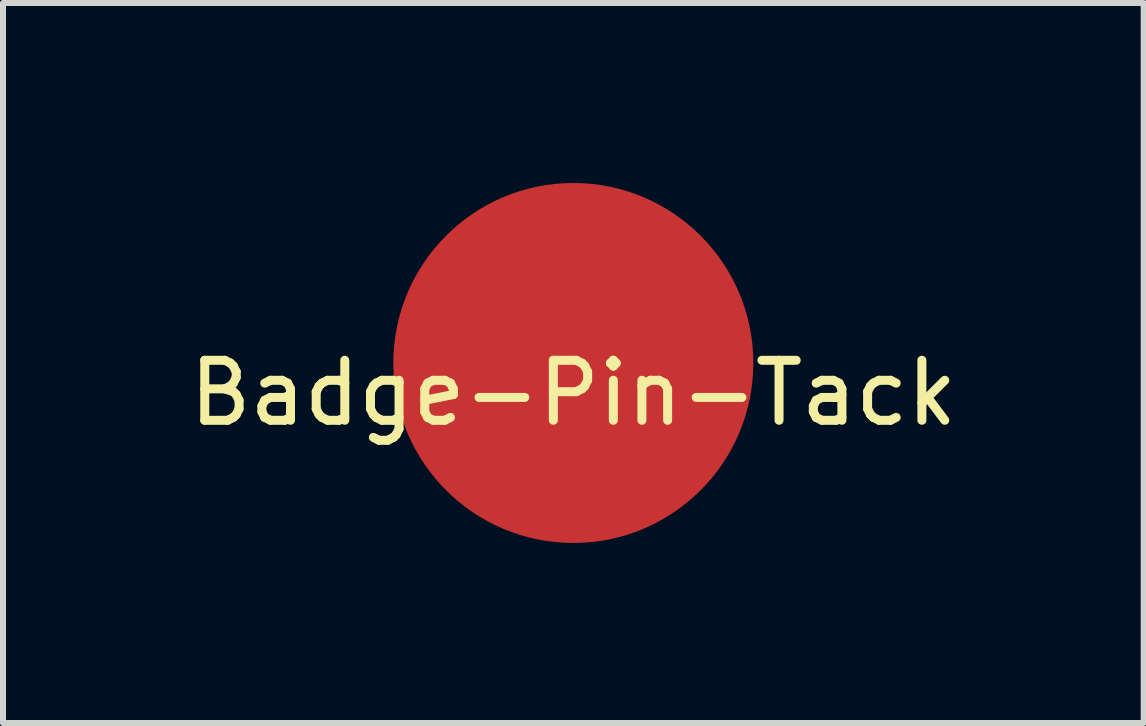
<source format=kicad_pcb>
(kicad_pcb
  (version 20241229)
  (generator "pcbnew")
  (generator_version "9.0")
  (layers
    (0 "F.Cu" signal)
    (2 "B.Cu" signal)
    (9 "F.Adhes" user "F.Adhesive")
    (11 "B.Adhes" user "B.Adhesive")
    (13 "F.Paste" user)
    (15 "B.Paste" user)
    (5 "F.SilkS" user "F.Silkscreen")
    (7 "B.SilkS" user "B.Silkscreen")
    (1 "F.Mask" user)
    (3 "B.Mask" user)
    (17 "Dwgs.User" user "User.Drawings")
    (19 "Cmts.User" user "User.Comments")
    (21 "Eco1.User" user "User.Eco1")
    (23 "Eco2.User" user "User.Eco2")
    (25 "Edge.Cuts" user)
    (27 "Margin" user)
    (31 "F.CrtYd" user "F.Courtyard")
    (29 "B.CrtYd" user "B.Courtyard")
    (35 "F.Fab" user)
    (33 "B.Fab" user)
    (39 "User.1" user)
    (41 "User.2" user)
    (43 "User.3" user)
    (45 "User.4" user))
  (footprint "Badge-Pin-Tack"
    (layer "F.Cu")
    (at 6.506 3)
    (property "Reference" "Badge-Pin-Tack" (at 0 0.5 0) (layer "F.SilkS") (effects (font (size 1 1) (thickness 0.15))))
    (attr through_hole)
    (pad "1" smd circle (at 0 0) (size 6 6) (layers "F.Cu" "F.Mask" "F.Paste")))
  (gr_rect
    (start -3 -3)
    (end 16.012 9)
    (stroke (width 0.1) (type default))
    (fill no)
    (layer "Edge.Cuts")))
</source>
